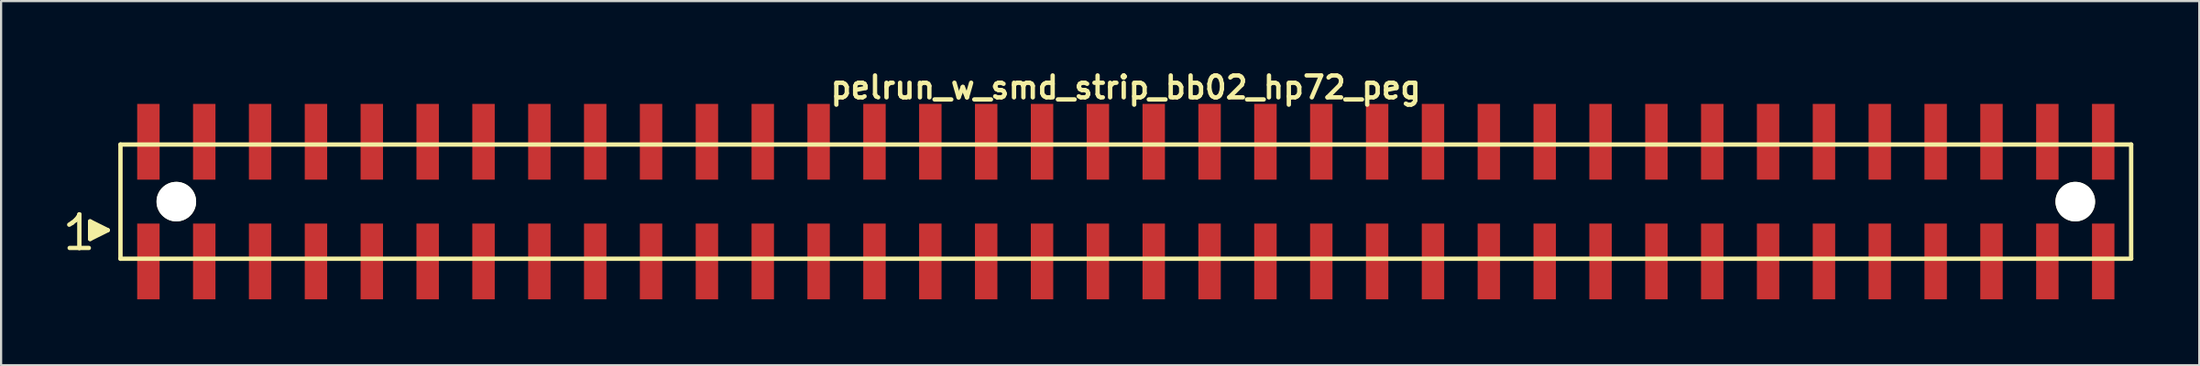
<source format=kicad_pcb>
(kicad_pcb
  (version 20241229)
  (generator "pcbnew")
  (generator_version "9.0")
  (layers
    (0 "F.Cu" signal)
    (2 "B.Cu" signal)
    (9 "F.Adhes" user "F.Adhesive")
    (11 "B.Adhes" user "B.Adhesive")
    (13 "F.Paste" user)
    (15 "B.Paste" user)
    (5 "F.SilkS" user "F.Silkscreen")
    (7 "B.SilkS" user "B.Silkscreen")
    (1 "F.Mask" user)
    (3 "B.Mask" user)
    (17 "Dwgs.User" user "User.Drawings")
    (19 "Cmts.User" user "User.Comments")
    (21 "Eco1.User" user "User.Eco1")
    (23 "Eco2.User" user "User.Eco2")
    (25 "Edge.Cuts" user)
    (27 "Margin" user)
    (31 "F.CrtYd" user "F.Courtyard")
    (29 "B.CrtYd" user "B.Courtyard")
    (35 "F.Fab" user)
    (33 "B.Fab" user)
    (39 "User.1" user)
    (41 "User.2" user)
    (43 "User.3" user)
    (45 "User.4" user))
  (footprint "pelrun_w_smd_strip_bb02_hp72_peg"
    (layer "F.Cu")
    (at 48.149 6.132)
    (property "Reference" "pelrun_w_smd_strip_bb02_hp72_peg" (at 0 -5.2 0) (layer "F.SilkS") (effects (font (size 0.998 0.998) (thickness 0.198))))
    (attr through_hole)
    (fp_line (start -48.05 1.05) (end -47.92 0.97) (stroke (width 0.198) (type solid)) (layer "F.SilkS"))
    (fp_line (start -47.92 0.97) (end -47.76 0.84) (stroke (width 0.198) (type solid)) (layer "F.SilkS"))
    (fp_line (start -47.76 0.84) (end -47.62 0.67) (stroke (width 0.198) (type solid)) (layer "F.SilkS"))
    (fp_line (start -47.62 0.67) (end -47.59 0.58) (stroke (width 0.198) (type solid)) (layer "F.SilkS"))
    (fp_line (start -47.59 0.58) (end -47.59 2.11) (stroke (width 0.198) (type solid)) (layer "F.SilkS"))
    (fp_line (start -47.59 2.11) (end -48.03 2.11) (stroke (width 0.198) (type solid)) (layer "F.SilkS"))
    (fp_line (start -47.16 2.11) (end -47.6 2.11) (stroke (width 0.198) (type solid)) (layer "F.SilkS"))
    (fp_line (start -47.1 0.9) (end -46.3 1.3) (stroke (width 0.198) (type solid)) (layer "F.SilkS"))
    (fp_line (start -47.1 1.7) (end -47.1 0.9) (stroke (width 0.198) (type solid)) (layer "F.SilkS"))
    (fp_line (start -47 1.6) (end -47 1) (stroke (width 0.198) (type solid)) (layer "F.SilkS"))
    (fp_line (start -46.9 1.1) (end -46.9 1.5) (stroke (width 0.198) (type solid)) (layer "F.SilkS"))
    (fp_line (start -46.8 1.5) (end -46.8 1.1) (stroke (width 0.198) (type solid)) (layer "F.SilkS"))
    (fp_line (start -46.7 1.2) (end -46.7 1.4) (stroke (width 0.198) (type solid)) (layer "F.SilkS"))
    (fp_line (start -46.6 1.4) (end -46.6 1.2) (stroke (width 0.198) (type solid)) (layer "F.SilkS"))
    (fp_line (start -46.3 1.3) (end -47.1 1.7) (stroke (width 0.198) (type solid)) (layer "F.SilkS"))
    (fp_line (start -45.72 -2.6) (end -45.72 2.6) (stroke (width 0.198) (type solid)) (layer "F.SilkS"))
    (fp_line (start -45.72 -2.6) (end 45.72 -2.6) (stroke (width 0.198) (type solid)) (layer "F.SilkS"))
    (fp_line (start 45.72 2.6) (end -45.72 2.6) (stroke (width 0.198) (type solid)) (layer "F.SilkS"))
    (fp_line (start 45.72 2.6) (end 45.72 -2.6) (stroke (width 0.198) (type solid)) (layer "F.SilkS"))
    (pad "" np_thru_hole circle (at -43.18 0) (size 1.8 1.8) (drill 1.8) (layers "*.Cu" "*.Mask" "F.SilkS"))
    (pad "" np_thru_hole circle (at 43.18 0) (size 1.8 1.8) (drill 1.8) (layers "*.Cu" "*.Mask" "F.SilkS"))
    (pad "1" smd rect (at -44.45 2.725) (size 1.02 3.45) (layers "F.Cu" "F.Mask" "F.Paste"))
    (pad "2" smd rect (at -44.45 -2.725) (size 1.02 3.45) (layers "F.Cu" "F.Mask" "F.Paste"))
    (pad "3" smd rect (at -41.91 2.725) (size 1.02 3.45) (layers "F.Cu" "F.Mask" "F.Paste"))
    (pad "4" smd rect (at -41.91 -2.725) (size 1.02 3.45) (layers "F.Cu" "F.Mask" "F.Paste"))
    (pad "5" smd rect (at -39.37 2.725) (size 1.02 3.45) (layers "F.Cu" "F.Mask" "F.Paste"))
    (pad "6" smd rect (at -39.37 -2.725) (size 1.02 3.45) (layers "F.Cu" "F.Mask" "F.Paste"))
    (pad "7" smd rect (at -36.83 2.725) (size 1.02 3.45) (layers "F.Cu" "F.Mask" "F.Paste"))
    (pad "8" smd rect (at -36.83 -2.725) (size 1.02 3.45) (layers "F.Cu" "F.Mask" "F.Paste"))
    (pad "9" smd rect (at -34.29 2.725) (size 1.02 3.45) (layers "F.Cu" "F.Mask" "F.Paste"))
    (pad "10" smd rect (at -34.29 -2.725) (size 1.02 3.45) (layers "F.Cu" "F.Mask" "F.Paste"))
    (pad "11" smd rect (at -31.75 2.725) (size 1.02 3.45) (layers "F.Cu" "F.Mask" "F.Paste"))
    (pad "12" smd rect (at -31.75 -2.725) (size 1.02 3.45) (layers "F.Cu" "F.Mask" "F.Paste"))
    (pad "13" smd rect (at -29.21 2.725) (size 1.02 3.45) (layers "F.Cu" "F.Mask" "F.Paste"))
    (pad "14" smd rect (at -29.21 -2.725) (size 1.02 3.45) (layers "F.Cu" "F.Mask" "F.Paste"))
    (pad "15" smd rect (at -26.67 2.725) (size 1.02 3.45) (layers "F.Cu" "F.Mask" "F.Paste"))
    (pad "16" smd rect (at -26.67 -2.725) (size 1.02 3.45) (layers "F.Cu" "F.Mask" "F.Paste"))
    (pad "17" smd rect (at -24.13 2.725) (size 1.02 3.45) (layers "F.Cu" "F.Mask" "F.Paste"))
    (pad "18" smd rect (at -24.13 -2.725) (size 1.02 3.45) (layers "F.Cu" "F.Mask" "F.Paste"))
    (pad "19" smd rect (at -21.59 2.725) (size 1.02 3.45) (layers "F.Cu" "F.Mask" "F.Paste"))
    (pad "20" smd rect (at -21.59 -2.725) (size 1.02 3.45) (layers "F.Cu" "F.Mask" "F.Paste"))
    (pad "21" smd rect (at -19.05 2.725) (size 1.02 3.45) (layers "F.Cu" "F.Mask" "F.Paste"))
    (pad "22" smd rect (at -19.05 -2.725) (size 1.02 3.45) (layers "F.Cu" "F.Mask" "F.Paste"))
    (pad "23" smd rect (at -16.51 2.725) (size 1.02 3.45) (layers "F.Cu" "F.Mask" "F.Paste"))
    (pad "24" smd rect (at -16.51 -2.725) (size 1.02 3.45) (layers "F.Cu" "F.Mask" "F.Paste"))
    (pad "25" smd rect (at -13.97 2.725) (size 1.02 3.45) (layers "F.Cu" "F.Mask" "F.Paste"))
    (pad "26" smd rect (at -13.97 -2.725) (size 1.02 3.45) (layers "F.Cu" "F.Mask" "F.Paste"))
    (pad "27" smd rect (at -11.43 2.725) (size 1.02 3.45) (layers "F.Cu" "F.Mask" "F.Paste"))
    (pad "28" smd rect (at -11.43 -2.725) (size 1.02 3.45) (layers "F.Cu" "F.Mask" "F.Paste"))
    (pad "29" smd rect (at -8.89 2.725) (size 1.02 3.45) (layers "F.Cu" "F.Mask" "F.Paste"))
    (pad "30" smd rect (at -8.89 -2.725) (size 1.02 3.45) (layers "F.Cu" "F.Mask" "F.Paste"))
    (pad "31" smd rect (at -6.35 2.725) (size 1.02 3.45) (layers "F.Cu" "F.Mask" "F.Paste"))
    (pad "32" smd rect (at -6.35 -2.725) (size 1.02 3.45) (layers "F.Cu" "F.Mask" "F.Paste"))
    (pad "33" smd rect (at -3.81 2.725) (size 1.02 3.45) (layers "F.Cu" "F.Mask" "F.Paste"))
    (pad "34" smd rect (at -3.81 -2.725) (size 1.02 3.45) (layers "F.Cu" "F.Mask" "F.Paste"))
    (pad "35" smd rect (at -1.27 2.725) (size 1.02 3.45) (layers "F.Cu" "F.Mask" "F.Paste"))
    (pad "36" smd rect (at -1.27 -2.725) (size 1.02 3.45) (layers "F.Cu" "F.Mask" "F.Paste"))
    (pad "37" smd rect (at 1.27 2.725) (size 1.02 3.45) (layers "F.Cu" "F.Mask" "F.Paste"))
    (pad "38" smd rect (at 1.27 -2.725) (size 1.02 3.45) (layers "F.Cu" "F.Mask" "F.Paste"))
    (pad "39" smd rect (at 3.81 2.725) (size 1.02 3.45) (layers "F.Cu" "F.Mask" "F.Paste"))
    (pad "40" smd rect (at 3.81 -2.725) (size 1.02 3.45) (layers "F.Cu" "F.Mask" "F.Paste"))
    (pad "41" smd rect (at 6.35 2.725) (size 1.02 3.45) (layers "F.Cu" "F.Mask" "F.Paste"))
    (pad "42" smd rect (at 6.35 -2.725) (size 1.02 3.45) (layers "F.Cu" "F.Mask" "F.Paste"))
    (pad "43" smd rect (at 8.89 2.725) (size 1.02 3.45) (layers "F.Cu" "F.Mask" "F.Paste"))
    (pad "44" smd rect (at 8.89 -2.725) (size 1.02 3.45) (layers "F.Cu" "F.Mask" "F.Paste"))
    (pad "45" smd rect (at 11.43 2.725) (size 1.02 3.45) (layers "F.Cu" "F.Mask" "F.Paste"))
    (pad "46" smd rect (at 11.43 -2.725) (size 1.02 3.45) (layers "F.Cu" "F.Mask" "F.Paste"))
    (pad "47" smd rect (at 13.97 2.725) (size 1.02 3.45) (layers "F.Cu" "F.Mask" "F.Paste"))
    (pad "48" smd rect (at 13.97 -2.725) (size 1.02 3.45) (layers "F.Cu" "F.Mask" "F.Paste"))
    (pad "49" smd rect (at 16.51 2.725) (size 1.02 3.45) (layers "F.Cu" "F.Mask" "F.Paste"))
    (pad "50" smd rect (at 16.51 -2.725) (size 1.02 3.45) (layers "F.Cu" "F.Mask" "F.Paste"))
    (pad "51" smd rect (at 19.05 2.725) (size 1.02 3.45) (layers "F.Cu" "F.Mask" "F.Paste"))
    (pad "52" smd rect (at 19.05 -2.725) (size 1.02 3.45) (layers "F.Cu" "F.Mask" "F.Paste"))
    (pad "53" smd rect (at 21.59 2.725) (size 1.02 3.45) (layers "F.Cu" "F.Mask" "F.Paste"))
    (pad "54" smd rect (at 21.59 -2.725) (size 1.02 3.45) (layers "F.Cu" "F.Mask" "F.Paste"))
    (pad "55" smd rect (at 24.13 2.725) (size 1.02 3.45) (layers "F.Cu" "F.Mask" "F.Paste"))
    (pad "56" smd rect (at 24.13 -2.725) (size 1.02 3.45) (layers "F.Cu" "F.Mask" "F.Paste"))
    (pad "57" smd rect (at 26.67 2.725) (size 1.02 3.45) (layers "F.Cu" "F.Mask" "F.Paste"))
    (pad "58" smd rect (at 26.67 -2.725) (size 1.02 3.45) (layers "F.Cu" "F.Mask" "F.Paste"))
    (pad "59" smd rect (at 29.21 2.725) (size 1.02 3.45) (layers "F.Cu" "F.Mask" "F.Paste"))
    (pad "60" smd rect (at 29.21 -2.725) (size 1.02 3.45) (layers "F.Cu" "F.Mask" "F.Paste"))
    (pad "61" smd rect (at 31.75 2.725) (size 1.02 3.45) (layers "F.Cu" "F.Mask" "F.Paste"))
    (pad "62" smd rect (at 31.75 -2.725) (size 1.02 3.45) (layers "F.Cu" "F.Mask" "F.Paste"))
    (pad "63" smd rect (at 34.29 2.725) (size 1.02 3.45) (layers "F.Cu" "F.Mask" "F.Paste"))
    (pad "64" smd rect (at 34.29 -2.725) (size 1.02 3.45) (layers "F.Cu" "F.Mask" "F.Paste"))
    (pad "65" smd rect (at 36.83 2.725) (size 1.02 3.45) (layers "F.Cu" "F.Mask" "F.Paste"))
    (pad "66" smd rect (at 36.83 -2.725) (size 1.02 3.45) (layers "F.Cu" "F.Mask" "F.Paste"))
    (pad "67" smd rect (at 39.37 2.725) (size 1.02 3.45) (layers "F.Cu" "F.Mask" "F.Paste"))
    (pad "68" smd rect (at 39.37 -2.725) (size 1.02 3.45) (layers "F.Cu" "F.Mask" "F.Paste"))
    (pad "69" smd rect (at 41.91 2.725) (size 1.02 3.45) (layers "F.Cu" "F.Mask" "F.Paste"))
    (pad "70" smd rect (at 41.91 -2.725) (size 1.02 3.45) (layers "F.Cu" "F.Mask" "F.Paste"))
    (pad "71" smd rect (at 44.45 2.725) (size 1.02 3.45) (layers "F.Cu" "F.Mask" "F.Paste"))
    (pad "72" smd rect (at 44.45 -2.725) (size 1.02 3.45) (layers "F.Cu" "F.Mask" "F.Paste")))
  (gr_rect
    (start -3 -3)
    (end 96.968 13.582)
    (stroke (width 0.1) (type default))
    (fill no)
    (layer "Edge.Cuts")))
</source>
